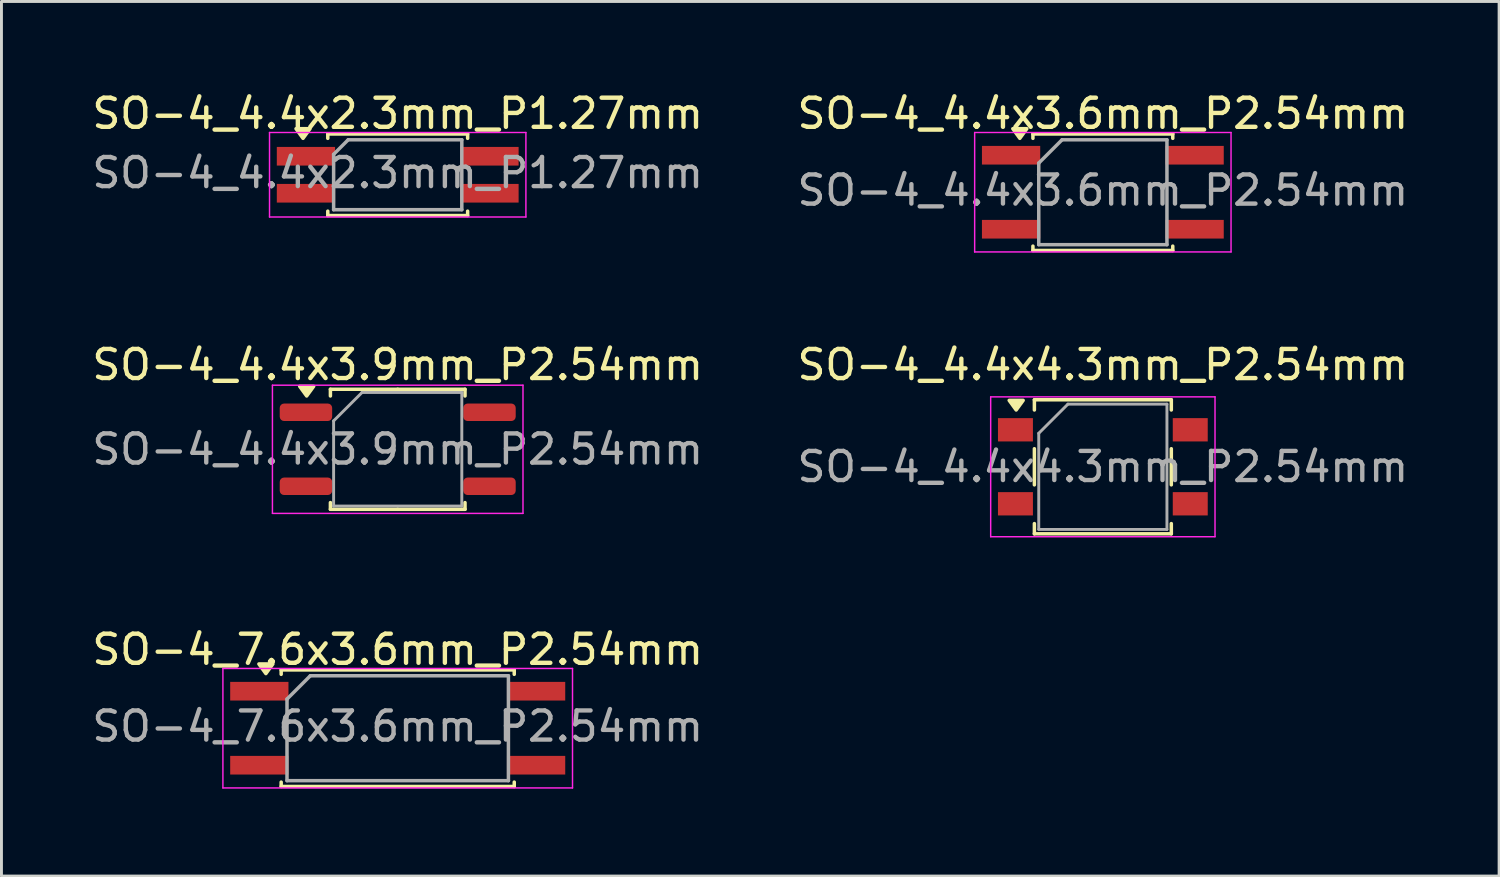
<source format=kicad_pcb>
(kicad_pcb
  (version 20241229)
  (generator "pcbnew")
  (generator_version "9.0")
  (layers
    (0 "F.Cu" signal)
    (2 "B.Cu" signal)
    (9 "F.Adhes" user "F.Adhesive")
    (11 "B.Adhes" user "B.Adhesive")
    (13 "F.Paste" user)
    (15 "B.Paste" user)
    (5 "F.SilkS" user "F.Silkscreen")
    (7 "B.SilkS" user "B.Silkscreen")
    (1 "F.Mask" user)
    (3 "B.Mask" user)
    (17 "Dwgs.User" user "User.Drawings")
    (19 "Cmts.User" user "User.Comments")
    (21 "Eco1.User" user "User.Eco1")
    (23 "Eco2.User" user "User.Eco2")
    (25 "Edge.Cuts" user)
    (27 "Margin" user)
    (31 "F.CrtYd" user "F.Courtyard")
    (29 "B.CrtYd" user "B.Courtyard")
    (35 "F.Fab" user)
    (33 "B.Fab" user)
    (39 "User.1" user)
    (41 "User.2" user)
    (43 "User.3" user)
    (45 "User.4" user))
  (footprint "SO-4_4.4x2.3mm_P1.27mm"
    (layer "F.Cu")
    (at 10.601 2.948)
    (property "Reference" "SO-4_4.4x2.3mm_P1.27mm" (at 0 -2.1 0) (layer "F.SilkS") (effects (font (size 1 1) (thickness 0.15))))
    (attr smd)
    (fp_line (start -2.4 -1.4) (end 2.4 -1.4) (stroke (width 0.12) (type solid)) (layer "F.SilkS"))
    (fp_line (start -2.4 -1.25) (end -2.4 -1.4) (stroke (width 0.12) (type solid)) (layer "F.SilkS"))
    (fp_line (start -2.4 1.4) (end -2.4 1.25) (stroke (width 0.12) (type solid)) (layer "F.SilkS"))
    (fp_line (start 2.4 -1.4) (end 2.4 -1.25) (stroke (width 0.12) (type solid)) (layer "F.SilkS"))
    (fp_line (start 2.4 1.25) (end 2.4 1.4) (stroke (width 0.12) (type solid)) (layer "F.SilkS"))
    (fp_line (start 2.4 1.4) (end -2.4 1.4) (stroke (width 0.12) (type solid)) (layer "F.SilkS"))
    (fp_poly (pts (xy -3.25 -1.25) (xy -3.49 -1.58) (xy -3.01 -1.58) (xy -3.25 -1.25)) (stroke (width 0.12) (type solid)) (fill yes) (layer "F.SilkS"))
    (fp_line (start -4.4 -1.45) (end -4.4 1.45) (stroke (width 0.05) (type solid)) (layer "F.CrtYd"))
    (fp_line (start -4.4 -1.45) (end 4.4 -1.45) (stroke (width 0.05) (type solid)) (layer "F.CrtYd"))
    (fp_line (start 4.4 1.45) (end -4.4 1.45) (stroke (width 0.05) (type solid)) (layer "F.CrtYd"))
    (fp_line (start 4.4 1.45) (end 4.4 -1.45) (stroke (width 0.05) (type solid)) (layer "F.CrtYd"))
    (fp_line (start -2.2 -0.7) (end -2.2 1.2) (stroke (width 0.12) (type solid)) (layer "F.Fab"))
    (fp_line (start -2.2 1.2) (end 2.2 1.2) (stroke (width 0.12) (type solid)) (layer "F.Fab"))
    (fp_line (start -1.7 -1.2) (end -2.2 -0.7) (stroke (width 0.12) (type solid)) (layer "F.Fab"))
    (fp_line (start 2.2 -1.2) (end -1.7 -1.2) (stroke (width 0.12) (type solid)) (layer "F.Fab"))
    (fp_line (start 2.2 1.2) (end 2.2 -1.2) (stroke (width 0.12) (type solid)) (layer "F.Fab"))
    (fp_text user "${REFERENCE}" (at 0 -0.065 0) (layer "F.Fab") (effects (font (size 1 1) (thickness 0.15))))
    (pad "1" smd rect (at -3.15 -0.635) (size 2 0.64) (layers "F.Cu" "F.Mask" "F.Paste"))
    (pad "2" smd rect (at -3.15 0.635) (size 2 0.64) (layers "F.Cu" "F.Mask" "F.Paste"))
    (pad "3" smd rect (at 3.15 0.635) (size 2 0.64) (layers "F.Cu" "F.Mask" "F.Paste"))
    (pad "4" smd rect (at 3.15 -0.635) (size 2 0.64) (layers "F.Cu" "F.Mask" "F.Paste")))
  (footprint "SO-4_7.6x3.6mm_P2.54mm"
    (layer "F.Cu")
    (at 10.601 21.945)
    (property "Reference" "SO-4_7.6x3.6mm_P2.54mm" (at 0 -2.7 0) (layer "F.SilkS") (effects (font (size 1 1) (thickness 0.15))))
    (attr smd)
    (fp_line (start -4 -2) (end 4 -2) (stroke (width 0.12) (type solid)) (layer "F.SilkS"))
    (fp_line (start -4 -1.85) (end -4 -2) (stroke (width 0.12) (type solid)) (layer "F.SilkS"))
    (fp_line (start -4 2) (end -4 1.85) (stroke (width 0.12) (type solid)) (layer "F.SilkS"))
    (fp_line (start 4 -2) (end 4 -1.85) (stroke (width 0.12) (type solid)) (layer "F.SilkS"))
    (fp_line (start 4 1.85) (end 4 2) (stroke (width 0.12) (type solid)) (layer "F.SilkS"))
    (fp_line (start 4 2) (end -4 2) (stroke (width 0.12) (type solid)) (layer "F.SilkS"))
    (fp_poly (pts (xy -4.525 -1.875) (xy -4.765 -2.205) (xy -4.285 -2.205) (xy -4.525 -1.875)) (stroke (width 0.12) (type solid)) (fill yes) (layer "F.SilkS"))
    (fp_line (start -6 -2.05) (end -6 2.05) (stroke (width 0.05) (type solid)) (layer "F.CrtYd"))
    (fp_line (start -6 -2.05) (end 6 -2.05) (stroke (width 0.05) (type solid)) (layer "F.CrtYd"))
    (fp_line (start 6 2.05) (end -6 2.05) (stroke (width 0.05) (type solid)) (layer "F.CrtYd"))
    (fp_line (start 6 2.05) (end 6 -2.05) (stroke (width 0.05) (type solid)) (layer "F.CrtYd"))
    (fp_line (start -3.8 -1) (end -3 -1.8) (stroke (width 0.12) (type solid)) (layer "F.Fab"))
    (fp_line (start -3.8 1.8) (end -3.8 -1) (stroke (width 0.12) (type solid)) (layer "F.Fab"))
    (fp_line (start -3 -1.8) (end 3.8 -1.8) (stroke (width 0.12) (type solid)) (layer "F.Fab"))
    (fp_line (start 3.8 -1.8) (end 3.8 1.8) (stroke (width 0.12) (type solid)) (layer "F.Fab"))
    (fp_line (start 3.8 1.8) (end -3.8 1.8) (stroke (width 0.12) (type solid)) (layer "F.Fab"))
    (fp_text user "${REFERENCE}" (at 0 -0.065 0) (layer "F.Fab") (effects (font (size 1 1) (thickness 0.15))))
    (pad "1" smd rect (at -4.75 -1.27) (size 2 0.64) (layers "F.Cu" "F.Mask" "F.Paste"))
    (pad "2" smd rect (at -4.75 1.27) (size 2 0.64) (layers "F.Cu" "F.Mask" "F.Paste"))
    (pad "3" smd rect (at 4.75 1.27) (size 2 0.64) (layers "F.Cu" "F.Mask" "F.Paste"))
    (pad "4" smd rect (at 4.75 -1.27) (size 2 0.64) (layers "F.Cu" "F.Mask" "F.Paste")))
  (footprint "SO-4_4.4x3.9mm_P2.54mm"
    (layer "F.Cu")
    (at 10.601 12.371)
    (property "Reference" "SO-4_4.4x3.9mm_P2.54mm" (at 0 -2.9 0) (layer "F.SilkS") (effects (font (size 1 1) (thickness 0.15))))
    (attr smd)
    (fp_line (start -2.31 -2.06) (end -2.31 -1.83) (stroke (width 0.12) (type solid)) (layer "F.SilkS"))
    (fp_line (start -2.31 2.06) (end -2.31 1.83) (stroke (width 0.12) (type solid)) (layer "F.SilkS"))
    (fp_line (start 0 -2.06) (end -2.31 -2.06) (stroke (width 0.12) (type solid)) (layer "F.SilkS"))
    (fp_line (start 0 -2.06) (end 2.31 -2.06) (stroke (width 0.12) (type solid)) (layer "F.SilkS"))
    (fp_line (start 0 2.06) (end -2.31 2.06) (stroke (width 0.12) (type solid)) (layer "F.SilkS"))
    (fp_line (start 0 2.06) (end 2.31 2.06) (stroke (width 0.12) (type solid)) (layer "F.SilkS"))
    (fp_line (start 2.31 -2.06) (end 2.31 -1.83) (stroke (width 0.12) (type solid)) (layer "F.SilkS"))
    (fp_line (start 2.31 2.06) (end 2.31 1.83) (stroke (width 0.12) (type solid)) (layer "F.SilkS"))
    (fp_poly (pts (xy -3.125 -1.83) (xy -3.365 -2.16) (xy -2.885 -2.16) (xy -3.125 -1.83)) (stroke (width 0.12) (type solid)) (fill yes) (layer "F.SilkS"))
    (fp_line (start -4.3 -2.2) (end -4.3 2.2) (stroke (width 0.05) (type solid)) (layer "F.CrtYd"))
    (fp_line (start -4.3 2.2) (end 4.3 2.2) (stroke (width 0.05) (type solid)) (layer "F.CrtYd"))
    (fp_line (start 4.3 -2.2) (end -4.3 -2.2) (stroke (width 0.05) (type solid)) (layer "F.CrtYd"))
    (fp_line (start 4.3 2.2) (end 4.3 -2.2) (stroke (width 0.05) (type solid)) (layer "F.CrtYd"))
    (fp_line (start -2.2 -0.975) (end -1.225 -1.95) (stroke (width 0.1) (type solid)) (layer "F.Fab"))
    (fp_line (start -2.2 1.95) (end -2.2 -0.975) (stroke (width 0.1) (type solid)) (layer "F.Fab"))
    (fp_line (start -1.225 -1.95) (end 2.2 -1.95) (stroke (width 0.1) (type solid)) (layer "F.Fab"))
    (fp_line (start 2.2 -1.95) (end 2.2 1.95) (stroke (width 0.1) (type solid)) (layer "F.Fab"))
    (fp_line (start 2.2 1.95) (end -2.2 1.95) (stroke (width 0.1) (type solid)) (layer "F.Fab"))
    (fp_text user "${REFERENCE}" (at 0 0 0) (layer "F.Fab") (effects (font (size 1 1) (thickness 0.15))))
    (pad "1" smd roundrect (at -3.15 -1.27) (size 1.8 0.6) (layers "F.Cu" "F.Mask" "F.Paste") (roundrect_rratio 0.25))
    (pad "2" smd roundrect (at -3.15 1.27) (size 1.8 0.6) (layers "F.Cu" "F.Mask" "F.Paste") (roundrect_rratio 0.25))
    (pad "3" smd roundrect (at 3.15 1.27) (size 1.8 0.6) (layers "F.Cu" "F.Mask" "F.Paste") (roundrect_rratio 0.25))
    (pad "4" smd roundrect (at 3.15 -1.27) (size 1.8 0.6) (layers "F.Cu" "F.Mask" "F.Paste") (roundrect_rratio 0.25)))
  (footprint "SO-4_4.4x3.6mm_P2.54mm"
    (layer "F.Cu")
    (at 34.804 3.548)
    (property "Reference" "SO-4_4.4x3.6mm_P2.54mm" (at 0 -2.7 0) (layer "F.SilkS") (effects (font (size 1 1) (thickness 0.15))))
    (attr smd)
    (fp_line (start -2.4 -2) (end 2.4 -2) (stroke (width 0.12) (type solid)) (layer "F.SilkS"))
    (fp_line (start -2.4 -1.85) (end -2.4 -2) (stroke (width 0.12) (type solid)) (layer "F.SilkS"))
    (fp_line (start -2.4 2) (end -2.4 1.85) (stroke (width 0.12) (type solid)) (layer "F.SilkS"))
    (fp_line (start 2.4 -2) (end 2.4 -1.85) (stroke (width 0.12) (type solid)) (layer "F.SilkS"))
    (fp_line (start 2.4 1.85) (end 2.4 2) (stroke (width 0.12) (type solid)) (layer "F.SilkS"))
    (fp_line (start 2.4 2) (end -2.4 2) (stroke (width 0.12) (type solid)) (layer "F.SilkS"))
    (fp_poly (pts (xy -2.85 -1.85) (xy -3.09 -2.18) (xy -2.61 -2.18) (xy -2.85 -1.85)) (stroke (width 0.12) (type solid)) (fill yes) (layer "F.SilkS"))
    (fp_line (start -4.4 -2.05) (end -4.4 2.05) (stroke (width 0.05) (type solid)) (layer "F.CrtYd"))
    (fp_line (start -4.4 -2.05) (end 4.4 -2.05) (stroke (width 0.05) (type solid)) (layer "F.CrtYd"))
    (fp_line (start 4.4 2.05) (end -4.4 2.05) (stroke (width 0.05) (type solid)) (layer "F.CrtYd"))
    (fp_line (start 4.4 2.05) (end 4.4 -2.05) (stroke (width 0.05) (type solid)) (layer "F.CrtYd"))
    (fp_line (start -2.2 -1) (end -1.4 -1.8) (stroke (width 0.12) (type solid)) (layer "F.Fab"))
    (fp_line (start -2.2 1.8) (end -2.2 -1) (stroke (width 0.12) (type solid)) (layer "F.Fab"))
    (fp_line (start -1.4 -1.8) (end 2.2 -1.8) (stroke (width 0.12) (type solid)) (layer "F.Fab"))
    (fp_line (start 2.2 -1.8) (end 2.2 1.8) (stroke (width 0.12) (type solid)) (layer "F.Fab"))
    (fp_line (start 2.2 1.8) (end -2.2 1.8) (stroke (width 0.12) (type solid)) (layer "F.Fab"))
    (fp_text user "${REFERENCE}" (at 0 -0.065 0) (layer "F.Fab") (effects (font (size 1 1) (thickness 0.15))))
    (pad "1" smd rect (at -3.15 -1.27) (size 2 0.64) (layers "F.Cu" "F.Mask" "F.Paste"))
    (pad "2" smd rect (at -3.15 1.27) (size 2 0.64) (layers "F.Cu" "F.Mask" "F.Paste"))
    (pad "3" smd rect (at 3.15 1.27) (size 2 0.64) (layers "F.Cu" "F.Mask" "F.Paste"))
    (pad "4" smd rect (at 3.15 -1.27) (size 2 0.64) (layers "F.Cu" "F.Mask" "F.Paste")))
  (footprint "SO-4_4.4x4.3mm_P2.54mm"
    (layer "F.Cu")
    (at 34.804 12.972)
    (property "Reference" "SO-4_4.4x4.3mm_P2.54mm" (at 0 -3.5 0) (layer "F.SilkS") (effects (font (size 1 1) (thickness 0.15))))
    (attr smd)
    (fp_line (start -2.35 -2.3) (end 2.35 -2.3) (stroke (width 0.12) (type solid)) (layer "F.SilkS"))
    (fp_line (start -2.35 -1.95) (end -2.35 -2.3) (stroke (width 0.12) (type solid)) (layer "F.SilkS"))
    (fp_line (start -2.35 0.62) (end -2.35 -0.62) (stroke (width 0.12) (type solid)) (layer "F.SilkS"))
    (fp_line (start -2.35 1.95) (end -2.35 2.3) (stroke (width 0.12) (type solid)) (layer "F.SilkS"))
    (fp_line (start -2.35 2.3) (end 2.35 2.3) (stroke (width 0.12) (type solid)) (layer "F.SilkS"))
    (fp_line (start 2.35 -2.3) (end 2.35 -1.95) (stroke (width 0.12) (type solid)) (layer "F.SilkS"))
    (fp_line (start 2.35 0.62) (end 2.35 -0.62) (stroke (width 0.12) (type solid)) (layer "F.SilkS"))
    (fp_line (start 2.35 2.3) (end 2.35 1.95) (stroke (width 0.12) (type solid)) (layer "F.SilkS"))
    (fp_poly (pts (xy -2.975 -1.95) (xy -3.215 -2.28) (xy -2.735 -2.28) (xy -2.975 -1.95)) (stroke (width 0.12) (type solid)) (fill yes) (layer "F.SilkS"))
    (fp_line (start -3.85 -2.4) (end 3.85 -2.4) (stroke (width 0.05) (type solid)) (layer "F.CrtYd"))
    (fp_line (start -3.85 2.4) (end -3.85 -2.4) (stroke (width 0.05) (type solid)) (layer "F.CrtYd"))
    (fp_line (start 3.85 -2.4) (end 3.85 2.4) (stroke (width 0.05) (type solid)) (layer "F.CrtYd"))
    (fp_line (start 3.85 2.4) (end -3.85 2.4) (stroke (width 0.05) (type solid)) (layer "F.CrtYd"))
    (fp_line (start -2.2 -1.15) (end -1.2 -2.15) (stroke (width 0.1) (type solid)) (layer "F.Fab"))
    (fp_line (start -2.2 2.15) (end -2.2 -1.15) (stroke (width 0.1) (type solid)) (layer "F.Fab"))
    (fp_line (start -2.2 2.15) (end 2.2 2.15) (stroke (width 0.1) (type solid)) (layer "F.Fab"))
    (fp_line (start -1.2 -2.15) (end 2.2 -2.15) (stroke (width 0.1) (type solid)) (layer "F.Fab"))
    (fp_line (start 2.2 2.15) (end 2.2 -2.15) (stroke (width 0.1) (type solid)) (layer "F.Fab"))
    (fp_text user "${REFERENCE}" (at 0 0 0) (layer "F.Fab") (effects (font (size 1 1) (thickness 0.15))))
    (pad "1" smd rect (at -3 -1.27 270) (size 0.8 1.2) (layers "F.Cu" "F.Mask" "F.Paste"))
    (pad "2" smd rect (at -3 1.27 270) (size 0.8 1.2) (layers "F.Cu" "F.Mask" "F.Paste"))
    (pad "3" smd rect (at 3 1.27 270) (size 0.8 1.2) (layers "F.Cu" "F.Mask" "F.Paste"))
    (pad "4" smd rect (at 3 -1.27 270) (size 0.8 1.2) (layers "F.Cu" "F.Mask" "F.Paste")))
  (gr_rect
    (start -3 -3)
    (end 48.405 27.02)
    (stroke (width 0.1) (type default))
    (fill no)
    (layer "Edge.Cuts")))
</source>
